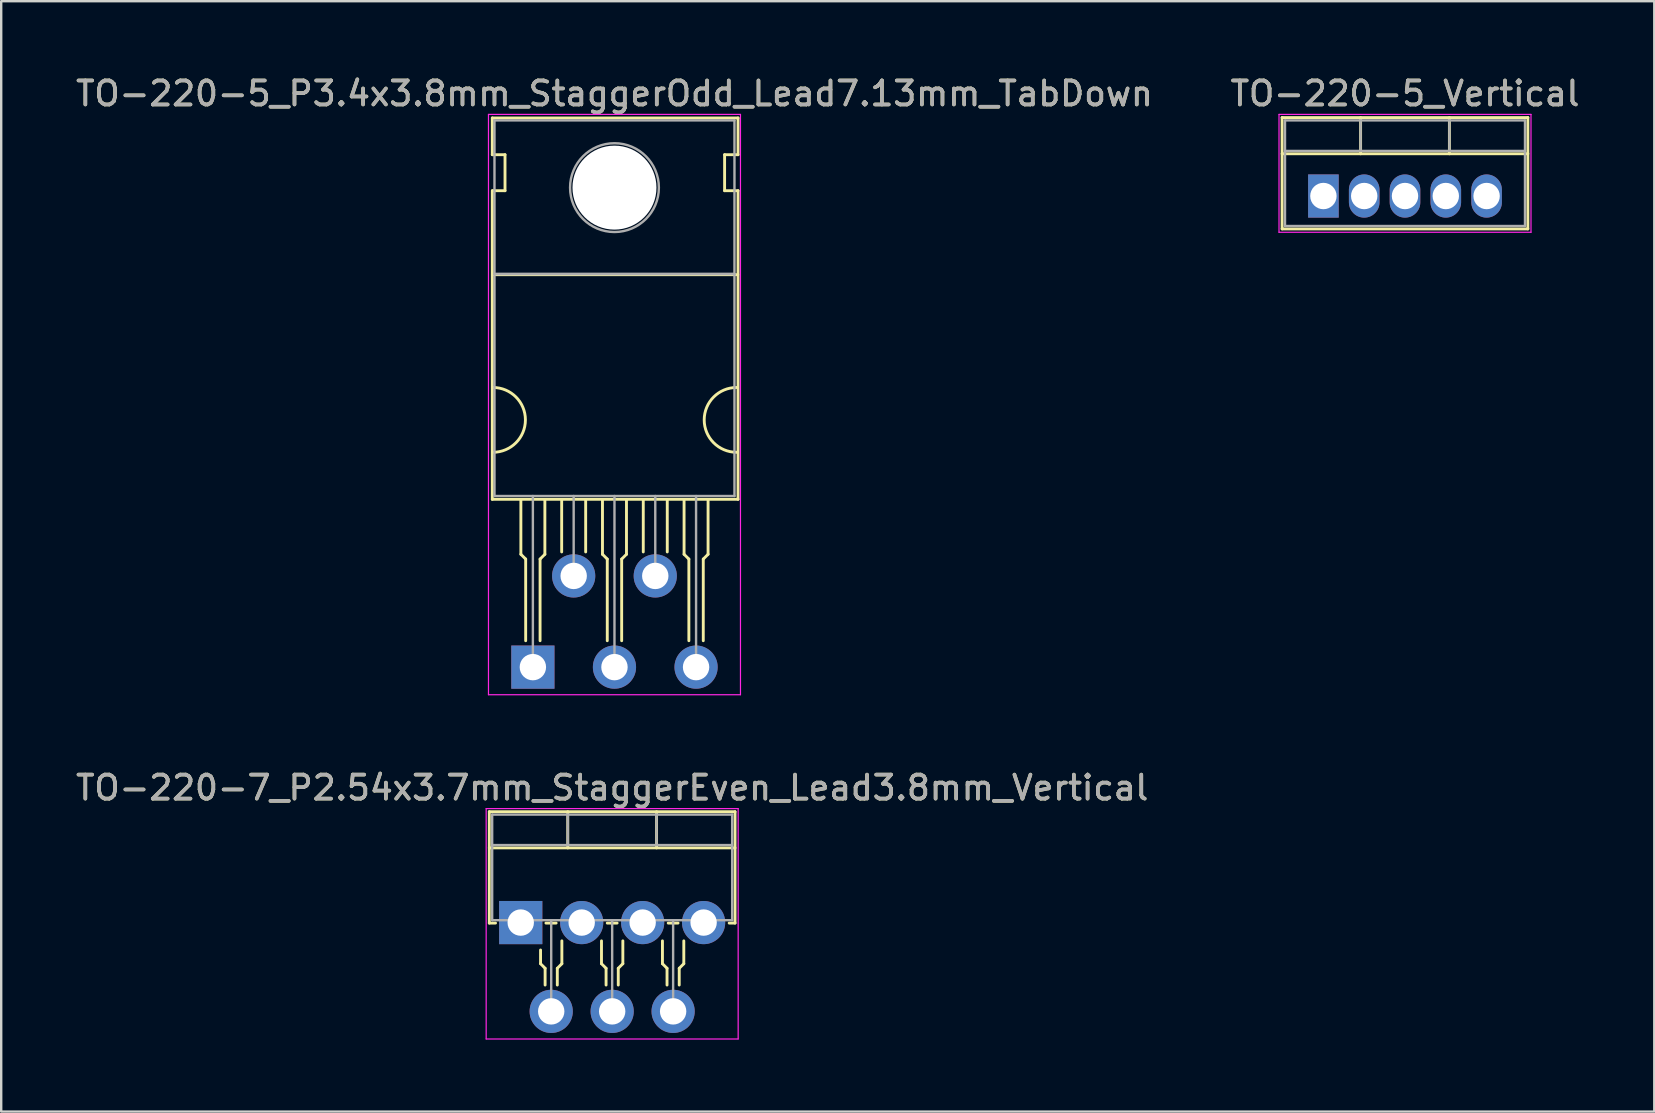
<source format=kicad_pcb>
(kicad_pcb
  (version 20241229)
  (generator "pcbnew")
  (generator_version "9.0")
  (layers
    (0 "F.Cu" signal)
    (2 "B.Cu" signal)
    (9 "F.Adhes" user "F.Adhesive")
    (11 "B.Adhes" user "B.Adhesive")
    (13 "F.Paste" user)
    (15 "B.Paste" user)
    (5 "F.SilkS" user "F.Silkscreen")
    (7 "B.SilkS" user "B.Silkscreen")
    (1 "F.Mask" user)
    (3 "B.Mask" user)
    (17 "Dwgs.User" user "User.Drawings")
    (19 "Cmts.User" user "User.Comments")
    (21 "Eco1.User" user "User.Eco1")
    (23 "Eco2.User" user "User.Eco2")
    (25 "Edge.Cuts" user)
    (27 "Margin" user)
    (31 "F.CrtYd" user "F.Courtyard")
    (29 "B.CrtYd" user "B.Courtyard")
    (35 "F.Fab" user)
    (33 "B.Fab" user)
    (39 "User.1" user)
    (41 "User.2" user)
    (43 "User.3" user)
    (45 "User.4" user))
  (footprint "TO-220-5_Vertical"
    (layer "F.Cu")
    (at 52.094 5.118)
    (property "Reference" "TO-220-5_Vertical" (at 3.4 -4.27 0) (layer "F.SilkS") (effects (font (size 1 1) (thickness 0.15))))
    (attr through_hole)
    (fp_line (start -1.721 -3.27) (end -1.721 1.371) (stroke (width 0.12) (type solid)) (layer "F.SilkS"))
    (fp_line (start -1.721 -3.27) (end 8.52 -3.27) (stroke (width 0.12) (type solid)) (layer "F.SilkS"))
    (fp_line (start -1.721 -1.76) (end 8.52 -1.76) (stroke (width 0.12) (type solid)) (layer "F.SilkS"))
    (fp_line (start -1.721 1.371) (end 8.52 1.371) (stroke (width 0.12) (type solid)) (layer "F.SilkS"))
    (fp_line (start 1.55 -3.27) (end 1.55 -1.76) (stroke (width 0.12) (type solid)) (layer "F.SilkS"))
    (fp_line (start 5.25 -3.27) (end 5.25 -1.76) (stroke (width 0.12) (type solid)) (layer "F.SilkS"))
    (fp_line (start 8.52 -3.27) (end 8.52 1.371) (stroke (width 0.12) (type solid)) (layer "F.SilkS"))
    (fp_line (start -1.85 -3.4) (end -1.85 1.51) (stroke (width 0.05) (type solid)) (layer "F.CrtYd"))
    (fp_line (start -1.85 1.51) (end 8.65 1.51) (stroke (width 0.05) (type solid)) (layer "F.CrtYd"))
    (fp_line (start 8.65 -3.4) (end -1.85 -3.4) (stroke (width 0.05) (type solid)) (layer "F.CrtYd"))
    (fp_line (start 8.65 1.51) (end 8.65 -3.4) (stroke (width 0.05) (type solid)) (layer "F.CrtYd"))
    (fp_line (start -1.6 -3.15) (end -1.6 1.25) (stroke (width 0.1) (type solid)) (layer "F.Fab"))
    (fp_line (start -1.6 -1.88) (end 8.4 -1.88) (stroke (width 0.1) (type solid)) (layer "F.Fab"))
    (fp_line (start -1.6 1.25) (end 8.4 1.25) (stroke (width 0.1) (type solid)) (layer "F.Fab"))
    (fp_line (start 1.55 -3.15) (end 1.55 -1.88) (stroke (width 0.1) (type solid)) (layer "F.Fab"))
    (fp_line (start 5.25 -3.15) (end 5.25 -1.88) (stroke (width 0.1) (type solid)) (layer "F.Fab"))
    (fp_line (start 8.4 -3.15) (end -1.6 -3.15) (stroke (width 0.1) (type solid)) (layer "F.Fab"))
    (fp_line (start 8.4 1.25) (end 8.4 -3.15) (stroke (width 0.1) (type solid)) (layer "F.Fab"))
    (fp_text user "${REFERENCE}" (at 3.4 -4.27 0) (layer "F.Fab") (effects (font (size 1 1) (thickness 0.15))))
    (pad "1" thru_hole rect (at 0 0) (size 1.275 1.8) (drill 1.1) (layers "*.Cu" "*.Mask"))
    (pad "2" thru_hole oval (at 1.7 0) (size 1.275 1.8) (drill 1.1) (layers "*.Cu" "*.Mask"))
    (pad "3" thru_hole oval (at 3.4 0) (size 1.275 1.8) (drill 1.1) (layers "*.Cu" "*.Mask"))
    (pad "4" thru_hole oval (at 5.1 0) (size 1.275 1.8) (drill 1.1) (layers "*.Cu" "*.Mask"))
    (pad "5" thru_hole oval (at 6.8 0) (size 1.275 1.8) (drill 1.1) (layers "*.Cu" "*.Mask")))
  (footprint "TO-220-5_P3.4x3.8mm_StaggerOdd_Lead7.13mm_TabDown"
    (layer "F.Cu")
    (at 19.154 24.748)
    (property "Reference" "TO-220-5_P3.4x3.8mm_StaggerOdd_Lead7.13mm_TabDown" (at 3.4 -23.9 0) (layer "F.SilkS") (effects (font (size 1 1) (thickness 0.15))))
    (attr through_hole)
    (fp_line (start -1.691 -22.882) (end -1.691 -21.352) (stroke (width 0.12) (type solid)) (layer "F.SilkS"))
    (fp_line (start -1.691 -22.882) (end 8.549 -22.882) (stroke (width 0.12) (type solid)) (layer "F.SilkS"))
    (fp_line (start -1.691 -21.352) (end -1.161 -21.352) (stroke (width 0.12) (type solid)) (layer "F.SilkS"))
    (fp_line (start -1.691 -19.852) (end -1.691 -6.992) (stroke (width 0.12) (type solid)) (layer "F.SilkS"))
    (fp_line (start -1.691 -6.992) (end 8.549 -6.992) (stroke (width 0.12) (type solid)) (layer "F.SilkS"))
    (fp_line (start -1.686 -16.352) (end 8.539 -16.352) (stroke (width 0.12) (type solid)) (layer "F.SilkS"))
    (fp_line (start -1.161 -21.352) (end -1.161 -19.852) (stroke (width 0.12) (type solid)) (layer "F.SilkS"))
    (fp_line (start -1.161 -19.852) (end -1.686 -19.852) (stroke (width 0.12) (type solid)) (layer "F.SilkS"))
    (fp_line (start -0.5 -6.952) (end -0.5 -4.702) (stroke (width 0.12) (type solid)) (layer "F.SilkS"))
    (fp_line (start -0.5 -4.702) (end -0.3 -4.502) (stroke (width 0.12) (type solid)) (layer "F.SilkS"))
    (fp_line (start -0.3 -1.1) (end -0.3 -4.502) (stroke (width 0.12) (type solid)) (layer "F.SilkS"))
    (fp_line (start 0.3 -4.502) (end 0.3 -1.1) (stroke (width 0.12) (type solid)) (layer "F.SilkS"))
    (fp_line (start 0.5 -6.952) (end 0.5 -4.702) (stroke (width 0.12) (type solid)) (layer "F.SilkS"))
    (fp_line (start 0.5 -4.702) (end 0.3 -4.502) (stroke (width 0.12) (type solid)) (layer "F.SilkS"))
    (fp_line (start 1.2 -6.952) (end 1.2 -4.8) (stroke (width 0.12) (type solid)) (layer "F.SilkS"))
    (fp_line (start 2.2 -6.952) (end 2.2 -4.8) (stroke (width 0.12) (type solid)) (layer "F.SilkS"))
    (fp_line (start 2.9 -6.952) (end 2.9 -4.702) (stroke (width 0.12) (type solid)) (layer "F.SilkS"))
    (fp_line (start 2.9 -4.702) (end 3.1 -4.502) (stroke (width 0.12) (type solid)) (layer "F.SilkS"))
    (fp_line (start 3.1 -1.1) (end 3.1 -4.502) (stroke (width 0.12) (type solid)) (layer "F.SilkS"))
    (fp_line (start 3.7 -4.502) (end 3.7 -1.1) (stroke (width 0.12) (type solid)) (layer "F.SilkS"))
    (fp_line (start 3.9 -6.952) (end 3.9 -4.702) (stroke (width 0.12) (type solid)) (layer "F.SilkS"))
    (fp_line (start 3.9 -4.702) (end 3.7 -4.502) (stroke (width 0.12) (type solid)) (layer "F.SilkS"))
    (fp_line (start 4.6 -6.952) (end 4.6 -4.8) (stroke (width 0.12) (type solid)) (layer "F.SilkS"))
    (fp_line (start 5.6 -6.952) (end 5.6 -4.8) (stroke (width 0.12) (type solid)) (layer "F.SilkS"))
    (fp_line (start 6.3 -6.952) (end 6.3 -4.702) (stroke (width 0.12) (type solid)) (layer "F.SilkS"))
    (fp_line (start 6.3 -4.702) (end 6.5 -4.502) (stroke (width 0.12) (type solid)) (layer "F.SilkS"))
    (fp_line (start 6.5 -1.1) (end 6.5 -4.502) (stroke (width 0.12) (type solid)) (layer "F.SilkS"))
    (fp_line (start 7.1 -4.502) (end 7.1 -1.1) (stroke (width 0.12) (type solid)) (layer "F.SilkS"))
    (fp_line (start 7.3 -6.952) (end 7.3 -4.702) (stroke (width 0.12) (type solid)) (layer "F.SilkS"))
    (fp_line (start 7.3 -4.702) (end 7.1 -4.502) (stroke (width 0.12) (type solid)) (layer "F.SilkS"))
    (fp_line (start 7.989 -21.352) (end 8.549 -21.352) (stroke (width 0.12) (type solid)) (layer "F.SilkS"))
    (fp_line (start 7.989 -19.852) (end 7.989 -21.352) (stroke (width 0.12) (type solid)) (layer "F.SilkS"))
    (fp_line (start 8.549 -22.882) (end 8.549 -21.352) (stroke (width 0.12) (type solid)) (layer "F.SilkS"))
    (fp_line (start 8.549 -19.852) (end 7.989 -19.852) (stroke (width 0.12) (type solid)) (layer "F.SilkS"))
    (fp_line (start 8.549 -19.852) (end 8.549 -6.992) (stroke (width 0.12) (type solid)) (layer "F.SilkS"))
    (fp_arc (start -1.661 -11.652) (mid -0.311 -10.302) (end -1.661 -8.952) (stroke (width 0.12) (type solid)) (layer "F.SilkS"))
    (fp_arc (start 8.489 -8.952) (mid 7.139 -10.302) (end 8.489 -11.652) (stroke (width 0.12) (type solid)) (layer "F.SilkS"))
    (fp_line (start -1.85 -23.03) (end -1.85 1.15) (stroke (width 0.05) (type solid)) (layer "F.CrtYd"))
    (fp_line (start -1.85 1.15) (end 8.65 1.15) (stroke (width 0.05) (type solid)) (layer "F.CrtYd"))
    (fp_line (start 8.65 -23.03) (end -1.85 -23.03) (stroke (width 0.05) (type solid)) (layer "F.CrtYd"))
    (fp_line (start 8.65 1.15) (end 8.65 -23.03) (stroke (width 0.05) (type solid)) (layer "F.CrtYd"))
    (fp_line (start -1.6 -22.78) (end 8.4 -22.78) (stroke (width 0.1) (type solid)) (layer "F.Fab"))
    (fp_line (start -1.6 -16.38) (end -1.6 -22.78) (stroke (width 0.1) (type solid)) (layer "F.Fab"))
    (fp_line (start -1.6 -16.38) (end 8.4 -16.38) (stroke (width 0.1) (type solid)) (layer "F.Fab"))
    (fp_line (start -1.6 -7.13) (end -1.6 -16.38) (stroke (width 0.1) (type solid)) (layer "F.Fab"))
    (fp_line (start 0 -7.13) (end 0 0) (stroke (width 0.1) (type solid)) (layer "F.Fab"))
    (fp_line (start 1.7 -7.13) (end 1.7 -3.8) (stroke (width 0.1) (type solid)) (layer "F.Fab"))
    (fp_line (start 3.4 -7.13) (end 3.4 0) (stroke (width 0.1) (type solid)) (layer "F.Fab"))
    (fp_line (start 5.1 -7.13) (end 5.1 -3.8) (stroke (width 0.1) (type solid)) (layer "F.Fab"))
    (fp_line (start 6.8 -7.13) (end 6.8 0) (stroke (width 0.1) (type solid)) (layer "F.Fab"))
    (fp_line (start 8.4 -22.78) (end 8.4 -16.38) (stroke (width 0.1) (type solid)) (layer "F.Fab"))
    (fp_line (start 8.4 -16.38) (end -1.6 -16.38) (stroke (width 0.1) (type solid)) (layer "F.Fab"))
    (fp_line (start 8.4 -16.38) (end 8.4 -7.13) (stroke (width 0.1) (type solid)) (layer "F.Fab"))
    (fp_line (start 8.4 -7.13) (end -1.6 -7.13) (stroke (width 0.1) (type solid)) (layer "F.Fab"))
    (fp_circle (center 3.4 -19.98) (end 5.25 -19.98) (stroke (width 0.1) (type solid)) (fill no) (layer "F.Fab"))
    (fp_text user "${REFERENCE}" (at 3.4 -23.9 0) (layer "F.Fab") (effects (font (size 1 1) (thickness 0.15))))
    (pad "" np_thru_hole oval (at 3.4 -19.98) (size 3.5 3.5) (drill 3.5) (layers "*.Cu" "*.Mask"))
    (pad "1" thru_hole rect (at 0 0) (size 1.8 1.8) (drill 1.1) (layers "*.Cu" "*.Mask"))
    (pad "2" thru_hole oval (at 1.7 -3.8) (size 1.8 1.8) (drill 1.1) (layers "*.Cu" "*.Mask"))
    (pad "3" thru_hole oval (at 3.4 0) (size 1.8 1.8) (drill 1.1) (layers "*.Cu" "*.Mask"))
    (pad "4" thru_hole oval (at 5.1 -3.8) (size 1.8 1.8) (drill 1.1) (layers "*.Cu" "*.Mask"))
    (pad "5" thru_hole oval (at 6.8 0) (size 1.8 1.8) (drill 1.1) (layers "*.Cu" "*.Mask")))
  (footprint "TO-220-7_P2.54x3.7mm_StaggerEven_Lead3.8mm_Vertical"
    (layer "F.Cu")
    (at 18.648 35.392)
    (property "Reference" "TO-220-7_P2.54x3.7mm_StaggerEven_Lead3.8mm_Vertical" (at 3.81 -5.62 0) (layer "F.SilkS") (effects (font (size 1 1) (thickness 0.15))))
    (attr through_hole)
    (fp_line (start -1.31 -4.62) (end -1.31 0.021) (stroke (width 0.12) (type solid)) (layer "F.SilkS"))
    (fp_line (start -1.31 -4.62) (end 8.93 -4.62) (stroke (width 0.12) (type solid)) (layer "F.SilkS"))
    (fp_line (start -1.31 -3.111) (end 8.93 -3.111) (stroke (width 0.12) (type solid)) (layer "F.SilkS"))
    (fp_line (start -1.31 0.021) (end -1.05 0.021) (stroke (width 0.12) (type solid)) (layer "F.SilkS"))
    (fp_line (start 0.826 1.143) (end 0.826 1.714) (stroke (width 0.12) (type solid)) (layer "F.SilkS"))
    (fp_line (start 0.826 1.714) (end 1.016 1.905) (stroke (width 0.12) (type solid)) (layer "F.SilkS"))
    (fp_line (start 1.016 1.905) (end 1.016 2.603) (stroke (width 0.12) (type solid)) (layer "F.SilkS"))
    (fp_line (start 1.05 0.021) (end 1.475 0.021) (stroke (width 0.12) (type solid)) (layer "F.SilkS"))
    (fp_line (start 1.524 1.905) (end 1.714 1.714) (stroke (width 0.12) (type solid)) (layer "F.SilkS"))
    (fp_line (start 1.524 2.603) (end 1.524 1.905) (stroke (width 0.12) (type solid)) (layer "F.SilkS"))
    (fp_line (start 1.714 1.714) (end 1.714 0.762) (stroke (width 0.12) (type solid)) (layer "F.SilkS"))
    (fp_line (start 1.96 -4.62) (end 1.96 -3.111) (stroke (width 0.12) (type solid)) (layer "F.SilkS"))
    (fp_line (start 3.365 0.762) (end 3.365 1.714) (stroke (width 0.12) (type solid)) (layer "F.SilkS"))
    (fp_line (start 3.365 1.714) (end 3.556 1.905) (stroke (width 0.12) (type solid)) (layer "F.SilkS"))
    (fp_line (start 3.556 1.905) (end 3.556 2.603) (stroke (width 0.12) (type solid)) (layer "F.SilkS"))
    (fp_line (start 3.605 0.021) (end 4.016 0.021) (stroke (width 0.12) (type solid)) (layer "F.SilkS"))
    (fp_line (start 4.064 1.905) (end 4.255 1.714) (stroke (width 0.12) (type solid)) (layer "F.SilkS"))
    (fp_line (start 4.064 2.603) (end 4.064 1.905) (stroke (width 0.12) (type solid)) (layer "F.SilkS"))
    (fp_line (start 4.255 1.714) (end 4.255 0.762) (stroke (width 0.12) (type solid)) (layer "F.SilkS"))
    (fp_line (start 5.66 -4.62) (end 5.66 -3.111) (stroke (width 0.12) (type solid)) (layer "F.SilkS"))
    (fp_line (start 5.905 0.762) (end 5.905 1.714) (stroke (width 0.12) (type solid)) (layer "F.SilkS"))
    (fp_line (start 5.905 1.714) (end 6.096 1.905) (stroke (width 0.12) (type solid)) (layer "F.SilkS"))
    (fp_line (start 6.096 1.905) (end 6.096 2.603) (stroke (width 0.12) (type solid)) (layer "F.SilkS"))
    (fp_line (start 6.145 0.021) (end 6.555 0.021) (stroke (width 0.12) (type solid)) (layer "F.SilkS"))
    (fp_line (start 6.604 1.905) (end 6.795 1.714) (stroke (width 0.12) (type solid)) (layer "F.SilkS"))
    (fp_line (start 6.604 2.603) (end 6.604 1.905) (stroke (width 0.12) (type solid)) (layer "F.SilkS"))
    (fp_line (start 6.795 1.714) (end 6.795 0.762) (stroke (width 0.12) (type solid)) (layer "F.SilkS"))
    (fp_line (start 8.685 0.021) (end 8.93 0.021) (stroke (width 0.12) (type solid)) (layer "F.SilkS"))
    (fp_line (start 8.93 -4.62) (end 8.93 0.021) (stroke (width 0.12) (type solid)) (layer "F.SilkS"))
    (fp_line (start -1.44 -4.75) (end -1.44 4.85) (stroke (width 0.05) (type solid)) (layer "F.CrtYd"))
    (fp_line (start -1.44 4.85) (end 9.06 4.85) (stroke (width 0.05) (type solid)) (layer "F.CrtYd"))
    (fp_line (start 9.06 -4.75) (end -1.44 -4.75) (stroke (width 0.05) (type solid)) (layer "F.CrtYd"))
    (fp_line (start 9.06 4.85) (end 9.06 -4.75) (stroke (width 0.05) (type solid)) (layer "F.CrtYd"))
    (fp_line (start -1.19 -4.5) (end -1.19 -0.1) (stroke (width 0.1) (type solid)) (layer "F.Fab"))
    (fp_line (start -1.19 -3.23) (end 8.81 -3.23) (stroke (width 0.1) (type solid)) (layer "F.Fab"))
    (fp_line (start -1.19 -0.1) (end 8.81 -0.1) (stroke (width 0.1) (type solid)) (layer "F.Fab"))
    (fp_line (start 0 -0.1) (end 0 0) (stroke (width 0.1) (type solid)) (layer "F.Fab"))
    (fp_line (start 1.27 -0.1) (end 1.27 3.7) (stroke (width 0.1) (type solid)) (layer "F.Fab"))
    (fp_line (start 1.96 -4.5) (end 1.96 -3.23) (stroke (width 0.1) (type solid)) (layer "F.Fab"))
    (fp_line (start 2.54 -0.1) (end 2.54 0) (stroke (width 0.1) (type solid)) (layer "F.Fab"))
    (fp_line (start 3.81 -0.1) (end 3.81 3.7) (stroke (width 0.1) (type solid)) (layer "F.Fab"))
    (fp_line (start 5.08 -0.1) (end 5.08 0) (stroke (width 0.1) (type solid)) (layer "F.Fab"))
    (fp_line (start 5.66 -4.5) (end 5.66 -3.23) (stroke (width 0.1) (type solid)) (layer "F.Fab"))
    (fp_line (start 6.35 -0.1) (end 6.35 3.7) (stroke (width 0.1) (type solid)) (layer "F.Fab"))
    (fp_line (start 7.62 -0.1) (end 7.62 0) (stroke (width 0.1) (type solid)) (layer "F.Fab"))
    (fp_line (start 8.81 -4.5) (end -1.19 -4.5) (stroke (width 0.1) (type solid)) (layer "F.Fab"))
    (fp_line (start 8.81 -0.1) (end 8.81 -4.5) (stroke (width 0.1) (type solid)) (layer "F.Fab"))
    (fp_text user "${REFERENCE}" (at 3.81 -5.62 0) (layer "F.Fab") (effects (font (size 1 1) (thickness 0.15))))
    (pad "1" thru_hole rect (at 0 0) (size 1.8 1.8) (drill 1.1) (layers "*.Cu" "*.Mask"))
    (pad "2" thru_hole oval (at 1.27 3.7) (size 1.8 1.8) (drill 1.1) (layers "*.Cu" "*.Mask"))
    (pad "3" thru_hole oval (at 2.54 0) (size 1.8 1.8) (drill 1.1) (layers "*.Cu" "*.Mask"))
    (pad "4" thru_hole oval (at 3.81 3.7) (size 1.8 1.8) (drill 1.1) (layers "*.Cu" "*.Mask"))
    (pad "5" thru_hole oval (at 5.08 0) (size 1.8 1.8) (drill 1.1) (layers "*.Cu" "*.Mask"))
    (pad "6" thru_hole oval (at 6.35 3.7) (size 1.8 1.8) (drill 1.1) (layers "*.Cu" "*.Mask"))
    (pad "7" thru_hole oval (at 7.62 0) (size 1.8 1.8) (drill 1.1) (layers "*.Cu" "*.Mask")))
  (gr_rect
    (start -3 -3)
    (end 65.881 43.267)
    (stroke (width 0.1) (type default))
    (fill no)
    (layer "Edge.Cuts")))
</source>
